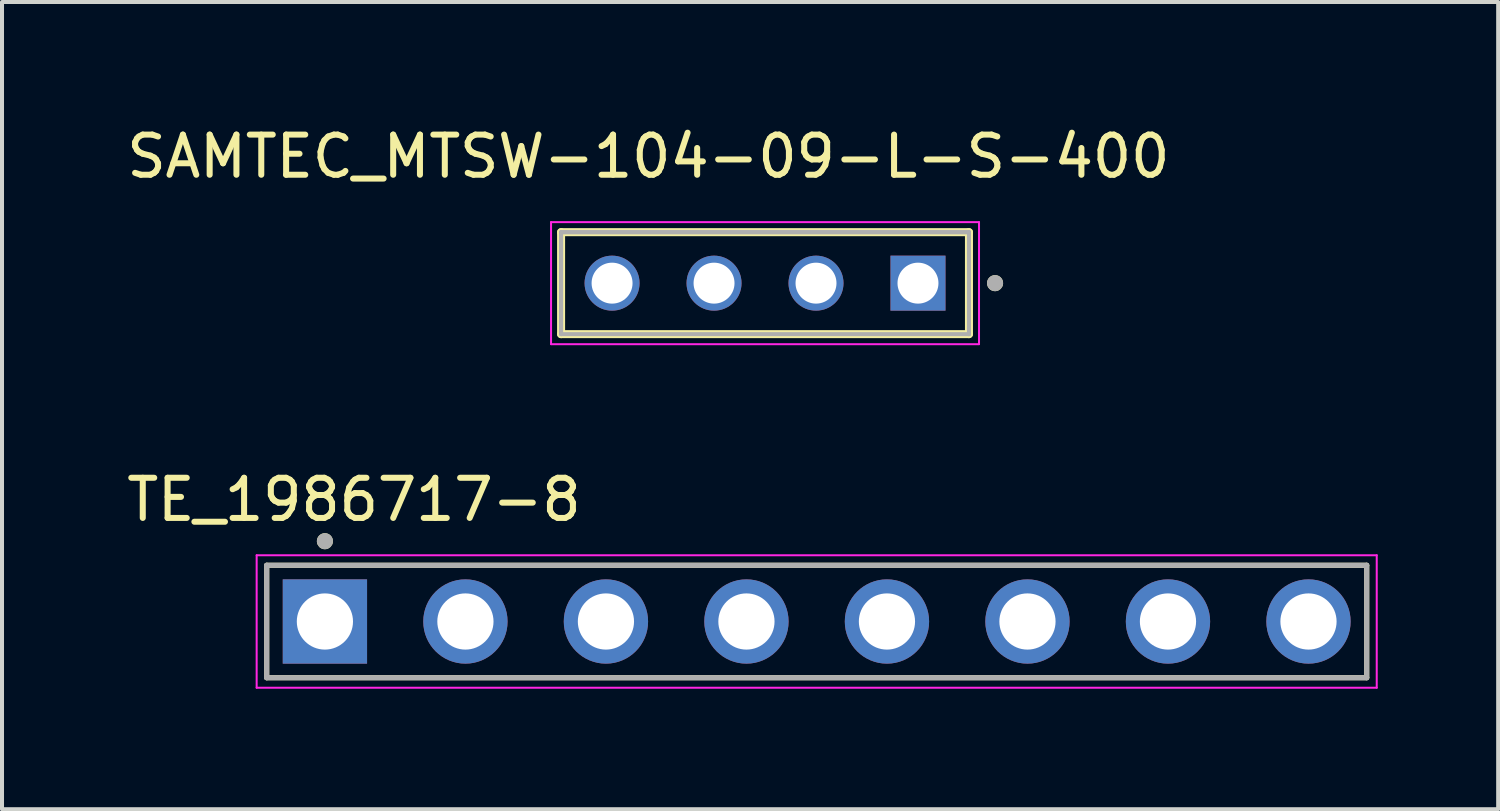
<source format=kicad_pcb>
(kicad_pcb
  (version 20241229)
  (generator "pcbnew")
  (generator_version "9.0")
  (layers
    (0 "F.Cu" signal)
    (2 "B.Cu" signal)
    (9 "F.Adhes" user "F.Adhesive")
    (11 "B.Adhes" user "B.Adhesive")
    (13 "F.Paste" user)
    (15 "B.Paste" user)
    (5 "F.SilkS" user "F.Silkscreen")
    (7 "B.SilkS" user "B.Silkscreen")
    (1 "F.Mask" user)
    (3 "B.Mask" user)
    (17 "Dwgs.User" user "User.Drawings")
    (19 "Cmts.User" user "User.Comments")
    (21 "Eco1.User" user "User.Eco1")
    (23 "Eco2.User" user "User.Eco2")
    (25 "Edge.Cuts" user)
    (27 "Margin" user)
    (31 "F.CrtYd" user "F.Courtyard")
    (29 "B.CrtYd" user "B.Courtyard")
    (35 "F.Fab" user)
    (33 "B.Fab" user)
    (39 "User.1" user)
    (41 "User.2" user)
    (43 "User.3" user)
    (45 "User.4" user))
  (footprint "SAMTEC_MTSW-104-09-L-S-400"
    (layer "F.Cu")
    (at 16.006 4.003)
    (property "Reference" "SAMTEC_MTSW-104-09-L-S-400" (at -2.905 -3.155 0) (layer "F.SilkS") (effects (font (size 1 1) (thickness 0.15))))
    (attr through_hole)
    (fp_line (start -5.08 1.27) (end -5.08 -1.27) (stroke (width 0.2) (type solid)) (layer "F.SilkS"))
    (fp_line (start 5.08 -1.27) (end -5.08 -1.27) (stroke (width 0.2) (type solid)) (layer "F.SilkS"))
    (fp_line (start 5.08 -1.27) (end 5.08 1.27) (stroke (width 0.2) (type solid)) (layer "F.SilkS"))
    (fp_line (start 5.08 1.27) (end -5.08 1.27) (stroke (width 0.2) (type solid)) (layer "F.SilkS"))
    (fp_circle (center 5.73 0) (end 5.83 0) (stroke (width 0.2) (type solid)) (fill no) (layer "F.SilkS"))
    (fp_line (start -5.33 -1.52) (end 5.33 -1.52) (stroke (width 0.05) (type solid)) (layer "F.CrtYd"))
    (fp_line (start -5.33 1.52) (end -5.33 -1.52) (stroke (width 0.05) (type solid)) (layer "F.CrtYd"))
    (fp_line (start 5.33 -1.52) (end 5.33 1.52) (stroke (width 0.05) (type solid)) (layer "F.CrtYd"))
    (fp_line (start 5.33 1.52) (end -5.33 1.52) (stroke (width 0.05) (type solid)) (layer "F.CrtYd"))
    (fp_line (start -5.08 -1.27) (end 5.08 -1.27) (stroke (width 0.1) (type solid)) (layer "F.Fab"))
    (fp_line (start -5.08 -1.27) (end 5.08 -1.27) (stroke (width 0.1) (type solid)) (layer "F.Fab"))
    (fp_line (start -5.08 1.27) (end -5.08 -1.27) (stroke (width 0.1) (type solid)) (layer "F.Fab"))
    (fp_line (start -5.08 1.27) (end -5.08 -1.27) (stroke (width 0.1) (type solid)) (layer "F.Fab"))
    (fp_line (start 5.08 -1.27) (end 5.08 1.27) (stroke (width 0.1) (type solid)) (layer "F.Fab"))
    (fp_line (start 5.08 -1.27) (end 5.08 1.27) (stroke (width 0.1) (type solid)) (layer "F.Fab"))
    (fp_line (start 5.08 1.27) (end -5.08 1.27) (stroke (width 0.1) (type solid)) (layer "F.Fab"))
    (fp_circle (center 5.73 0) (end 5.83 0) (stroke (width 0.2) (type solid)) (fill no) (layer "F.Fab"))
    (pad "01" thru_hole rect (at 3.81 0) (size 1.37 1.37) (drill 1.02) (layers "*.Cu" "*.Mask"))
    (pad "02" thru_hole circle (at 1.27 0) (size 1.37 1.37) (drill 1.02) (layers "*.Cu" "*.Mask"))
    (pad "03" thru_hole circle (at -1.27 0) (size 1.37 1.37) (drill 1.02) (layers "*.Cu" "*.Mask"))
    (pad "04" thru_hole circle (at -3.81 0) (size 1.37 1.37) (drill 1.02) (layers "*.Cu" "*.Mask")))
  (footprint "TE_1986717-8"
    (layer "F.Cu")
    (at 17.293 12.431)
    (property "Reference" "TE_1986717-8" (at -11.525 -3.035 0) (layer "F.SilkS") (effects (font (size 1 1) (thickness 0.15))))
    (attr through_hole)
    (fp_line (start -13.7 -1.4) (end 13.7 -1.4) (stroke (width 0.127) (type solid)) (layer "F.SilkS"))
    (fp_line (start -13.7 1.4) (end -13.7 -1.4) (stroke (width 0.127) (type solid)) (layer "F.SilkS"))
    (fp_line (start 13.7 -1.4) (end 13.7 1.4) (stroke (width 0.127) (type solid)) (layer "F.SilkS"))
    (fp_line (start 13.7 1.4) (end -13.7 1.4) (stroke (width 0.127) (type solid)) (layer "F.SilkS"))
    (fp_circle (center -12.25 -2) (end -12.15 -2) (stroke (width 0.2) (type solid)) (fill no) (layer "F.SilkS"))
    (fp_line (start -13.95 -1.65) (end 13.95 -1.65) (stroke (width 0.05) (type solid)) (layer "F.CrtYd"))
    (fp_line (start -13.95 1.65) (end -13.95 -1.65) (stroke (width 0.05) (type solid)) (layer "F.CrtYd"))
    (fp_line (start 13.95 -1.65) (end 13.95 1.65) (stroke (width 0.05) (type solid)) (layer "F.CrtYd"))
    (fp_line (start 13.95 1.65) (end -13.95 1.65) (stroke (width 0.05) (type solid)) (layer "F.CrtYd"))
    (fp_line (start -13.7 -1.4) (end 13.7 -1.4) (stroke (width 0.127) (type solid)) (layer "F.Fab"))
    (fp_line (start -13.7 1.4) (end -13.7 -1.4) (stroke (width 0.127) (type solid)) (layer "F.Fab"))
    (fp_line (start 13.7 -1.4) (end 13.7 1.4) (stroke (width 0.127) (type solid)) (layer "F.Fab"))
    (fp_line (start 13.7 1.4) (end -13.7 1.4) (stroke (width 0.127) (type solid)) (layer "F.Fab"))
    (fp_circle (center -12.25 -2) (end -12.15 -2) (stroke (width 0.2) (type solid)) (fill no) (layer "F.Fab"))
    (pad "1" thru_hole rect (at -12.25 0) (size 2.1 2.1) (drill 1.4) (layers "*.Cu" "*.Mask"))
    (pad "2" thru_hole circle (at -8.75 0) (size 2.1 2.1) (drill 1.4) (layers "*.Cu" "*.Mask"))
    (pad "3" thru_hole circle (at -5.25 0) (size 2.1 2.1) (drill 1.4) (layers "*.Cu" "*.Mask"))
    (pad "4" thru_hole circle (at -1.75 0) (size 2.1 2.1) (drill 1.4) (layers "*.Cu" "*.Mask"))
    (pad "5" thru_hole circle (at 1.75 0) (size 2.1 2.1) (drill 1.4) (layers "*.Cu" "*.Mask"))
    (pad "6" thru_hole circle (at 5.25 0) (size 2.1 2.1) (drill 1.4) (layers "*.Cu" "*.Mask"))
    (pad "7" thru_hole circle (at 8.75 0) (size 2.1 2.1) (drill 1.4) (layers "*.Cu" "*.Mask"))
    (pad "8" thru_hole circle (at 12.25 0) (size 2.1 2.1) (drill 1.4) (layers "*.Cu" "*.Mask")))
  (gr_rect
    (start -3 -3)
    (end 34.268 17.107)
    (stroke (width 0.1) (type default))
    (fill no)
    (layer "Edge.Cuts")))
</source>
